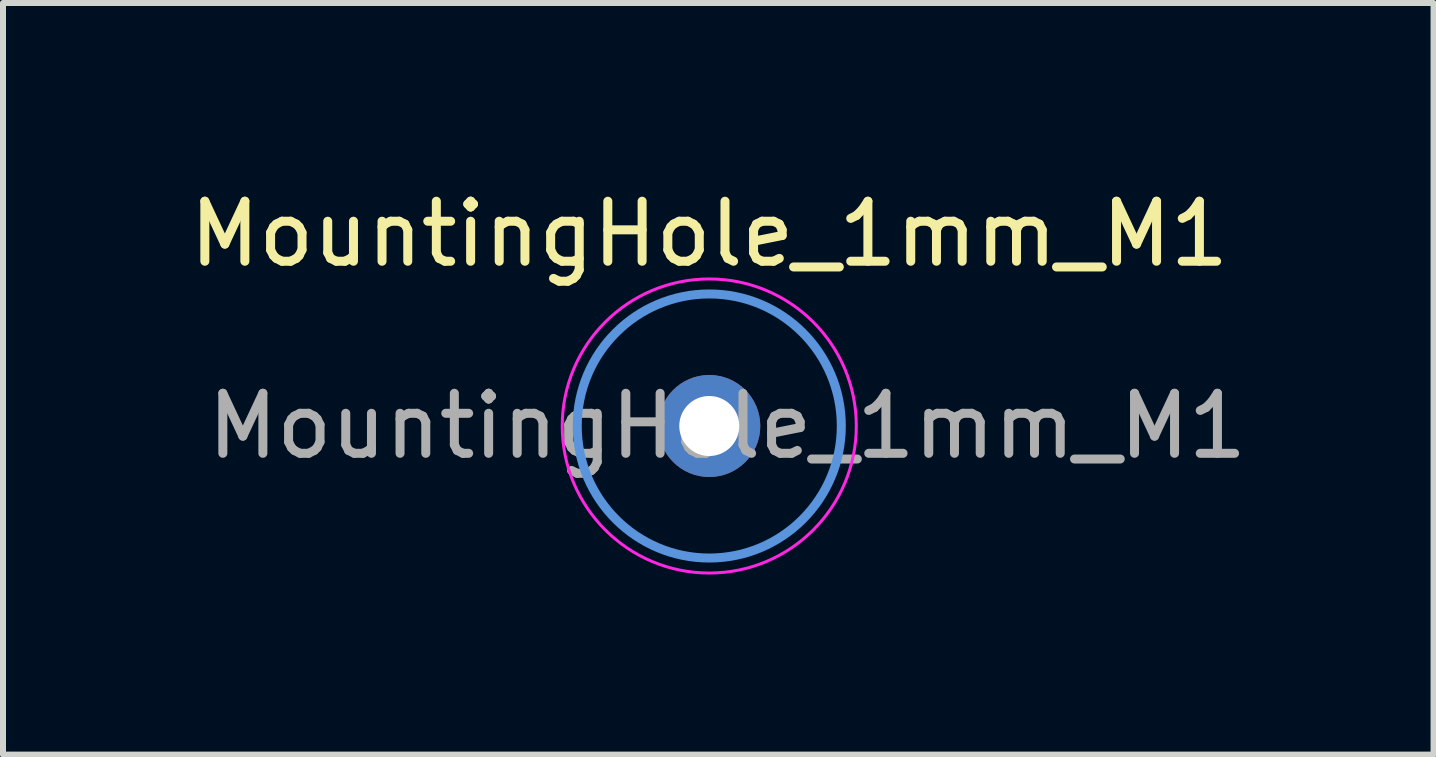
<source format=kicad_pcb>
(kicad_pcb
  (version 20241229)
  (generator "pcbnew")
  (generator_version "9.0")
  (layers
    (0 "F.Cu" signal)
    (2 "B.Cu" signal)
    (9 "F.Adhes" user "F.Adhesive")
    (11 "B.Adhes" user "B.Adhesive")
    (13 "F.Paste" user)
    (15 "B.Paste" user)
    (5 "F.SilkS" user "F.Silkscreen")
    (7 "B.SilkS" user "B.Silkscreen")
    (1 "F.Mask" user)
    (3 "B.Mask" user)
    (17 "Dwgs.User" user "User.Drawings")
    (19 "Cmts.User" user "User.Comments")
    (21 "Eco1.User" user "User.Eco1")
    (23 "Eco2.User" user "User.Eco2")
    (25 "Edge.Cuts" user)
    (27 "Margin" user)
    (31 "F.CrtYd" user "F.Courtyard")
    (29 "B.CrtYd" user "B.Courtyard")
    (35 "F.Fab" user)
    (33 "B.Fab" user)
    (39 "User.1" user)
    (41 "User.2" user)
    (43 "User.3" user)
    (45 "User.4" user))
  (footprint "MountingHole_1mm_M1"
    (layer "F.Cu")
    (at 8.768 4.048)
    (property "Reference" "MountingHole_1mm_M1" (at 0 -3.2 0) (layer "F.SilkS") (effects (font (size 1 1) (thickness 0.15))))
    (attr exclude_from_pos_files exclude_from_bom)
    (fp_circle (center 0 0) (end 2.2 0) (stroke (width 0.15) (type solid)) (fill no) (layer "Cmts.User"))
    (fp_circle (center 0 0) (end 2.45 0) (stroke (width 0.05) (type solid)) (fill no) (layer "F.CrtYd"))
    (fp_text user "${REFERENCE}" (at 0.3 0 0) (layer "F.Fab") (effects (font (size 1 1) (thickness 0.15))))
    (pad "1" thru_hole circle (at 0 0) (size 1.7 1.7) (drill 1) (layers "*.Cu" "*.Mask")))
  (gr_rect
    (start -3 -3)
    (end 20.836 9.523)
    (stroke (width 0.1) (type default))
    (fill no)
    (layer "Edge.Cuts")))
</source>
